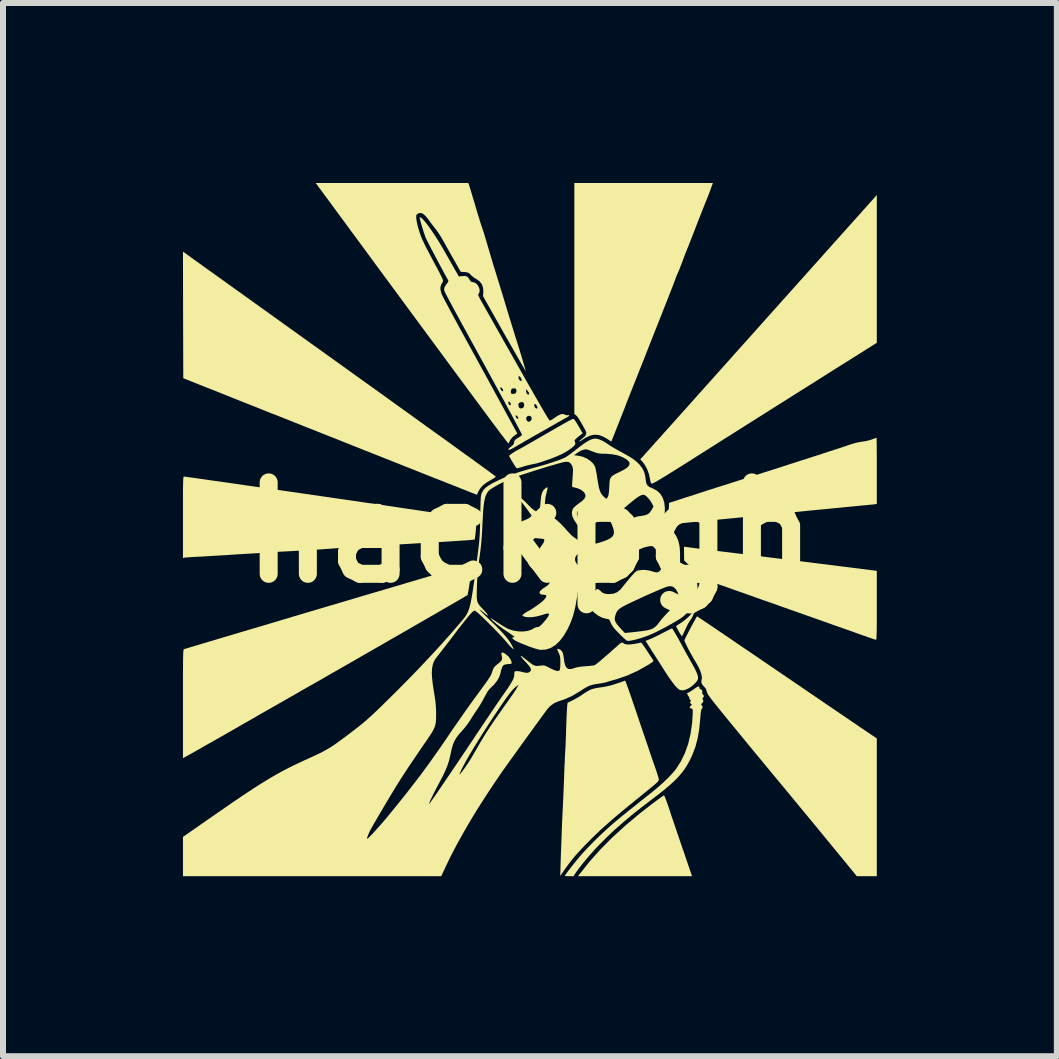
<source format=kicad_pcb>
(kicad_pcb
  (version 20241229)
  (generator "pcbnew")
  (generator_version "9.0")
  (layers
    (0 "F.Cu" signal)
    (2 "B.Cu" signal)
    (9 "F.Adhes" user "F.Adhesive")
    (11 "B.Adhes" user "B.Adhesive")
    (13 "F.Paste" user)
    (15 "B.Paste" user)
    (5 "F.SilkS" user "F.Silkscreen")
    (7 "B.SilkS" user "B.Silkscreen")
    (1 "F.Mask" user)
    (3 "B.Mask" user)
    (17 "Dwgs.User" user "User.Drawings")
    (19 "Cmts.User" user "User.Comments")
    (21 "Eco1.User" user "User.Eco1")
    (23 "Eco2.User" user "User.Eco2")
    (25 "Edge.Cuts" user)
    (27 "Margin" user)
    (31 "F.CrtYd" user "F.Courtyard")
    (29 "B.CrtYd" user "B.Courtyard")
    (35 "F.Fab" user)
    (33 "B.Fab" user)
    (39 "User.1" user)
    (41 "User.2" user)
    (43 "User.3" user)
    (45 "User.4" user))
  (footprint "hackpgh"
    (layer "F.Cu")
    (at 5.783 5.826)
    (property "Reference" "hackpgh" (at 0 0 0) (layer "F.SilkS") (effects (font (size 1.524 1.524) (thickness 0.3))))
    (attr board_only exclude_from_pos_files exclude_from_bom)
    (fp_poly (pts (xy 2.743 1.306) (xy 2.738 1.333) (xy 2.725 1.37) (xy 2.707 1.41) (xy 2.688 1.444) (xy 2.674 1.462) (xy 2.659 1.483) (xy 2.639 1.518) (xy 2.617 1.56) (xy 2.606 1.584) (xy 2.58 1.639) (xy 2.562 1.679) (xy 2.549 1.704) (xy 2.541 1.719) (xy 2.535 1.725) (xy 2.532 1.727) (xy 2.524 1.718) (xy 2.509 1.695) (xy 2.489 1.662) (xy 2.481 1.647) (xy 2.461 1.611) (xy 2.445 1.582) (xy 2.437 1.565) (xy 2.436 1.563) (xy 2.445 1.556) (xy 2.466 1.541) (xy 2.497 1.521) (xy 2.5 1.52) (xy 2.556 1.481) (xy 2.614 1.434) (xy 2.667 1.384) (xy 2.709 1.337) (xy 2.713 1.33) (xy 2.731 1.309) (xy 2.742 1.302)) (stroke (width 0) (type solid)) (fill yes) (layer "F.SilkS"))
    (fp_poly (pts (xy 2.242 4.392) (xy 2.255 4.42) (xy 2.273 4.467) (xy 2.296 4.531) (xy 2.32 4.602) (xy 2.34 4.663) (xy 2.365 4.74) (xy 2.396 4.829) (xy 2.429 4.928) (xy 2.464 5.031) (xy 2.5 5.136) (xy 2.535 5.238) (xy 2.54 5.254) (xy 2.572 5.345) (xy 2.601 5.431) (xy 2.628 5.51) (xy 2.651 5.578) (xy 2.67 5.634) (xy 2.685 5.676) (xy 2.693 5.701) (xy 2.695 5.707) (xy 2.702 5.73) (xy 0.802 5.73) (xy 0.832 5.691) (xy 0.994 5.487) (xy 1.176 5.283) (xy 1.379 5.079) (xy 1.602 4.876) (xy 1.843 4.675) (xy 2.04 4.522) (xy 2.094 4.482) (xy 2.143 4.446) (xy 2.184 4.416) (xy 2.214 4.395) (xy 2.232 4.384) (xy 2.234 4.383)) (stroke (width 0) (type solid)) (fill yes) (layer "F.SilkS"))
    (fp_poly (pts (xy 2.378 1.608) (xy 2.394 1.633) (xy 2.417 1.672) (xy 2.446 1.722) (xy 2.479 1.78) (xy 2.505 1.828) (xy 2.545 1.901) (xy 2.586 1.977) (xy 2.626 2.05) (xy 2.663 2.115) (xy 2.693 2.169) (xy 2.703 2.186) (xy 2.744 2.261) (xy 2.773 2.321) (xy 2.793 2.369) (xy 2.802 2.407) (xy 2.802 2.437) (xy 2.797 2.457) (xy 2.777 2.487) (xy 2.745 2.523) (xy 2.705 2.558) (xy 2.662 2.589) (xy 2.635 2.604) (xy 2.584 2.625) (xy 2.544 2.632) (xy 2.509 2.627) (xy 2.489 2.619) (xy 2.46 2.597) (xy 2.422 2.557) (xy 2.376 2.497) (xy 2.32 2.42) (xy 2.257 2.324) (xy 2.214 2.256) (xy 2.172 2.19) (xy 2.125 2.116) (xy 2.077 2.041) (xy 2.034 1.975) (xy 2.02 1.952) (xy 1.989 1.904) (xy 1.963 1.862) (xy 1.943 1.83) (xy 1.932 1.811) (xy 1.93 1.807) (xy 1.941 1.802) (xy 1.966 1.793) (xy 1.997 1.78) (xy 2.029 1.767) (xy 2.074 1.745) (xy 2.129 1.719) (xy 2.186 1.69) (xy 2.21 1.677) (xy 2.262 1.651) (xy 2.307 1.628) (xy 2.342 1.611) (xy 2.365 1.601) (xy 2.37 1.599)) (stroke (width 0) (type solid)) (fill yes) (layer "F.SilkS"))
    (fp_poly (pts (xy 0.727 -1.892) (xy 0.736 -1.886) (xy 0.747 -1.873) (xy 0.762 -1.852) (xy 0.783 -1.819) (xy 0.811 -1.773) (xy 0.847 -1.711) (xy 0.86 -1.687) (xy 0.88 -1.654) (xy 0.81 -1.598) (xy 0.774 -1.568) (xy 0.753 -1.547) (xy 0.745 -1.531) (xy 0.746 -1.524) (xy 0.755 -1.496) (xy 0.758 -1.484) (xy 0.754 -1.466) (xy 0.733 -1.44) (xy 0.698 -1.41) (xy 0.652 -1.377) (xy 0.599 -1.343) (xy 0.54 -1.311) (xy 0.524 -1.303) (xy 0.47 -1.279) (xy 0.406 -1.252) (xy 0.336 -1.225) (xy 0.263 -1.2) (xy 0.194 -1.176) (xy 0.131 -1.157) (xy 0.079 -1.144) (xy 0.048 -1.138) (xy 0.013 -1.131) (xy -0.033 -1.12) (xy -0.083 -1.107) (xy -0.103 -1.1) (xy -0.147 -1.087) (xy -0.184 -1.077) (xy -0.208 -1.071) (xy -0.215 -1.07) (xy -0.226 -1.078) (xy -0.244 -1.102) (xy -0.267 -1.136) (xy -0.289 -1.173) (xy -0.349 -1.276) (xy -0.315 -1.305) (xy -0.288 -1.325) (xy -0.251 -1.348) (xy -0.21 -1.372) (xy -0.207 -1.373) (xy -0.171 -1.392) (xy -0.127 -1.416) (xy -0.074 -1.446) (xy -0.01 -1.483) (xy 0.067 -1.527) (xy 0.157 -1.579) (xy 0.262 -1.64) (xy 0.384 -1.71) (xy 0.413 -1.727) (xy 0.483 -1.767) (xy 0.548 -1.804) (xy 0.605 -1.836) (xy 0.653 -1.862) (xy 0.688 -1.88) (xy 0.708 -1.89) (xy 0.71 -1.891) (xy 0.719 -1.892)) (stroke (width 0) (type solid)) (fill yes) (layer "F.SilkS"))
    (fp_poly (pts (xy 5.783 -4.394) (xy 5.783 -3.162) (xy 5.304 -2.86) (xy 5.146 -2.761) (xy 4.975 -2.654) (xy 4.794 -2.539) (xy 4.605 -2.42) (xy 4.409 -2.297) (xy 4.21 -2.171) (xy 4.009 -2.045) (xy 3.809 -1.918) (xy 3.612 -1.794) (xy 3.42 -1.672) (xy 3.235 -1.556) (xy 3.06 -1.445) (xy 2.896 -1.341) (xy 2.747 -1.247) (xy 2.641 -1.179) (xy 2.517 -1.101) (xy 2.405 -1.031) (xy 2.307 -0.97) (xy 2.223 -0.919) (xy 2.154 -0.877) (xy 2.101 -0.846) (xy 2.064 -0.826) (xy 2.043 -0.816) (xy 2.04 -0.816) (xy 2.024 -0.818) (xy 2.015 -0.829) (xy 2.009 -0.853) (xy 2.007 -0.866) (xy 1.986 -0.969) (xy 1.952 -1.061) (xy 1.907 -1.14) (xy 1.878 -1.177) (xy 1.84 -1.219) (xy 1.866 -1.248) (xy 1.871 -1.253) (xy 1.879 -1.261) (xy 1.89 -1.273) (xy 1.905 -1.29) (xy 1.924 -1.312) (xy 1.948 -1.339) (xy 1.978 -1.372) (xy 2.013 -1.411) (xy 2.054 -1.457) (xy 2.101 -1.51) (xy 2.156 -1.57) (xy 2.217 -1.639) (xy 2.286 -1.716) (xy 2.364 -1.803) (xy 2.45 -1.899) (xy 2.545 -2.005) (xy 2.649 -2.121) (xy 2.763 -2.249) (xy 2.887 -2.388) (xy 3.022 -2.538) (xy 3.168 -2.702) (xy 3.325 -2.877) (xy 3.494 -3.067) (xy 3.676 -3.269) (xy 3.87 -3.487) (xy 4.077 -3.718) (xy 4.298 -3.965) (xy 4.383 -4.06) (xy 5.783 -5.625)) (stroke (width 0) (type solid)) (fill yes) (layer "F.SilkS"))
    (fp_poly (pts (xy -5.685 -4.611) (xy -5.665 -4.597) (xy -5.629 -4.57) (xy -5.578 -4.534) (xy -5.512 -4.487) (xy -5.434 -4.43) (xy -5.344 -4.366) (xy -5.242 -4.293) (xy -5.131 -4.214) (xy -5.012 -4.128) (xy -4.884 -4.037) (xy -4.75 -3.941) (xy -4.611 -3.841) (xy -4.466 -3.737) (xy -4.337 -3.645) (xy -4.089 -3.467) (xy -3.845 -3.292) (xy -3.605 -3.12) (xy -3.369 -2.951) (xy -3.139 -2.786) (xy -2.915 -2.625) (xy -2.697 -2.469) (xy -2.486 -2.318) (xy -2.284 -2.172) (xy -2.089 -2.032) (xy -1.904 -1.899) (xy -1.728 -1.772) (xy -1.562 -1.653) (xy -1.406 -1.541) (xy -1.262 -1.437) (xy -1.13 -1.341) (xy -1.01 -1.255) (xy -0.903 -1.178) (xy -0.81 -1.11) (xy -0.731 -1.053) (xy -0.667 -1.006) (xy -0.618 -0.97) (xy -0.586 -0.945) (xy -0.569 -0.933) (xy -0.568 -0.932) (xy -0.573 -0.924) (xy -0.593 -0.909) (xy -0.624 -0.89) (xy -0.642 -0.88) (xy -0.722 -0.833) (xy -0.784 -0.785) (xy -0.829 -0.733) (xy -0.855 -0.69) (xy -0.884 -0.628) (xy -1.403 -0.834) (xy -1.474 -0.862) (xy -1.564 -0.897) (xy -1.67 -0.939) (xy -1.791 -0.987) (xy -1.926 -1.041) (xy -2.074 -1.099) (xy -2.232 -1.162) (xy -2.4 -1.229) (xy -2.577 -1.299) (xy -2.759 -1.371) (xy -2.947 -1.446) (xy -3.138 -1.522) (xy -3.332 -1.599) (xy -3.526 -1.676) (xy -3.72 -1.753) (xy -3.912 -1.829) (xy -4.099 -1.904) (xy -4.282 -1.976) (xy -4.459 -2.046) (xy -4.627 -2.113) (xy -4.786 -2.176) (xy -4.934 -2.235) (xy -5.069 -2.289) (xy -5.191 -2.338) (xy -5.297 -2.38) (xy -5.386 -2.415) (xy -5.778 -2.571) (xy -5.781 -3.627) (xy -5.783 -4.682)) (stroke (width 0) (type solid)) (fill yes) (layer "F.SilkS"))
    (fp_poly (pts (xy 2.675 0.251) (xy 2.699 0.254) (xy 2.743 0.26) (xy 2.805 0.268) (xy 2.883 0.278) (xy 2.977 0.289) (xy 3.085 0.303) (xy 3.205 0.318) (xy 3.336 0.334) (xy 3.476 0.351) (xy 3.624 0.37) (xy 3.779 0.389) (xy 3.938 0.409) (xy 4.014 0.418) (xy 4.18 0.439) (xy 4.343 0.459) (xy 4.504 0.479) (xy 4.658 0.498) (xy 4.806 0.517) (xy 4.946 0.534) (xy 5.075 0.55) (xy 5.192 0.565) (xy 5.295 0.578) (xy 5.383 0.589) (xy 5.453 0.598) (xy 5.505 0.604) (xy 5.516 0.606) (xy 5.783 0.64) (xy 5.783 1.215) (xy 5.783 1.345) (xy 5.783 1.455) (xy 5.782 1.547) (xy 5.782 1.621) (xy 5.78 1.68) (xy 5.779 1.725) (xy 5.777 1.757) (xy 5.775 1.777) (xy 5.772 1.787) (xy 5.77 1.789) (xy 5.756 1.786) (xy 5.726 1.776) (xy 5.683 1.761) (xy 5.63 1.743) (xy 5.577 1.724) (xy 5.545 1.713) (xy 5.496 1.696) (xy 5.43 1.672) (xy 5.348 1.643) (xy 5.254 1.61) (xy 5.147 1.572) (xy 5.03 1.531) (xy 4.904 1.486) (xy 4.771 1.439) (xy 4.632 1.39) (xy 4.489 1.339) (xy 4.343 1.288) (xy 4.196 1.236) (xy 4.05 1.184) (xy 3.907 1.134) (xy 3.766 1.084) (xy 3.632 1.036) (xy 3.504 0.991) (xy 3.384 0.949) (xy 3.275 0.91) (xy 3.177 0.876) (xy 3.092 0.846) (xy 3.022 0.821) (xy 2.968 0.802) (xy 2.932 0.789) (xy 2.923 0.786) (xy 2.879 0.77) (xy 2.85 0.757) (xy 2.829 0.741) (xy 2.81 0.72) (xy 2.794 0.698) (xy 2.77 0.667) (xy 2.735 0.627) (xy 2.695 0.585) (xy 2.663 0.554) (xy 2.571 0.467) (xy 2.569 0.237)) (stroke (width 0) (type solid)) (fill yes) (layer "F.SilkS"))
    (fp_poly (pts (xy 3.017 -5.733) (xy 3.001 -5.689) (xy 2.979 -5.631) (xy 2.954 -5.567) (xy 2.928 -5.504) (xy 2.921 -5.487) (xy 2.9 -5.433) (xy 2.873 -5.365) (xy 2.842 -5.287) (xy 2.809 -5.203) (xy 2.776 -5.118) (xy 2.753 -5.058) (xy 2.724 -4.982) (xy 2.696 -4.911) (xy 2.67 -4.846) (xy 2.649 -4.791) (xy 2.632 -4.749) (xy 2.622 -4.724) (xy 2.609 -4.692) (xy 2.59 -4.646) (xy 2.57 -4.592) (xy 2.548 -4.534) (xy 2.543 -4.521) (xy 2.523 -4.466) (xy 2.503 -4.415) (xy 2.487 -4.374) (xy 2.475 -4.347) (xy 2.473 -4.342) (xy 2.459 -4.311) (xy 2.443 -4.273) (xy 2.436 -4.254) (xy 2.428 -4.231) (xy 2.415 -4.197) (xy 2.398 -4.152) (xy 2.376 -4.094) (xy 2.348 -4.024) (xy 2.315 -3.939) (xy 2.276 -3.839) (xy 2.23 -3.724) (xy 2.178 -3.591) (xy 2.119 -3.442) (xy 2.052 -3.274) (xy 2.012 -3.172) (xy 1.962 -3.046) (xy 1.908 -2.908) (xy 1.851 -2.764) (xy 1.793 -2.618) (xy 1.736 -2.474) (xy 1.681 -2.336) (xy 1.631 -2.209) (xy 1.587 -2.097) (xy 1.586 -2.092) (xy 1.547 -1.993) (xy 1.51 -1.9) (xy 1.476 -1.813) (xy 1.445 -1.735) (xy 1.419 -1.669) (xy 1.398 -1.615) (xy 1.383 -1.577) (xy 1.374 -1.557) (xy 1.374 -1.555) (xy 1.357 -1.515) (xy 1.296 -1.556) (xy 1.218 -1.6) (xy 1.145 -1.625) (xy 1.075 -1.63) (xy 1.005 -1.615) (xy 0.933 -1.582) (xy 0.898 -1.559) (xy 0.862 -1.536) (xy 0.841 -1.522) (xy 0.83 -1.518) (xy 0.826 -1.52) (xy 0.826 -1.522) (xy 0.834 -1.533) (xy 0.855 -1.551) (xy 0.879 -1.571) (xy 0.918 -1.605) (xy 0.938 -1.637) (xy 0.939 -1.67) (xy 0.925 -1.705) (xy 0.91 -1.731) (xy 0.889 -1.769) (xy 0.864 -1.813) (xy 0.854 -1.832) (xy 0.828 -1.875) (xy 0.803 -1.914) (xy 0.781 -1.942) (xy 0.773 -1.95) (xy 0.741 -1.977) (xy 0.741 -5.826) (xy 3.05 -5.826)) (stroke (width 0) (type solid)) (fill yes) (layer "F.SilkS"))
    (fp_poly (pts (xy 5.779 -1.568) (xy 5.78 -1.538) (xy 5.781 -1.492) (xy 5.782 -1.43) (xy 5.782 -1.354) (xy 5.783 -1.268) (xy 5.783 -1.172) (xy 5.783 -1.068) (xy 5.783 -1.028) (xy 5.783 -0.477) (xy 5.759 -0.472) (xy 5.74 -0.469) (xy 5.704 -0.465) (xy 5.658 -0.461) (xy 5.609 -0.456) (xy 5.58 -0.453) (xy 5.531 -0.449) (xy 5.465 -0.442) (xy 5.383 -0.434) (xy 5.287 -0.425) (xy 5.178 -0.414) (xy 5.058 -0.403) (xy 4.929 -0.39) (xy 4.792 -0.377) (xy 4.649 -0.363) (xy 4.502 -0.348) (xy 4.465 -0.344) (xy 4.306 -0.329) (xy 4.144 -0.313) (xy 3.98 -0.297) (xy 3.818 -0.281) (xy 3.66 -0.265) (xy 3.508 -0.25) (xy 3.365 -0.236) (xy 3.233 -0.223) (xy 3.116 -0.212) (xy 3.015 -0.202) (xy 2.95 -0.196) (xy 2.848 -0.186) (xy 2.752 -0.176) (xy 2.663 -0.168) (xy 2.584 -0.16) (xy 2.518 -0.153) (xy 2.466 -0.148) (xy 2.431 -0.145) (xy 2.415 -0.143) (xy 2.385 -0.142) (xy 2.363 -0.144) (xy 2.362 -0.145) (xy 2.342 -0.154) (xy 2.328 -0.165) (xy 2.319 -0.181) (xy 2.314 -0.206) (xy 2.312 -0.244) (xy 2.313 -0.297) (xy 2.314 -0.338) (xy 2.32 -0.493) (xy 2.508 -0.554) (xy 2.546 -0.567) (xy 2.602 -0.585) (xy 2.675 -0.608) (xy 2.762 -0.636) (xy 2.863 -0.669) (xy 2.975 -0.705) (xy 3.097 -0.744) (xy 3.226 -0.785) (xy 3.362 -0.828) (xy 3.502 -0.873) (xy 3.644 -0.918) (xy 3.654 -0.921) (xy 3.905 -1.001) (xy 4.136 -1.075) (xy 4.347 -1.143) (xy 4.539 -1.205) (xy 4.712 -1.26) (xy 4.867 -1.31) (xy 5.003 -1.355) (xy 5.121 -1.393) (xy 5.222 -1.426) (xy 5.305 -1.454) (xy 5.345 -1.468) (xy 5.405 -1.486) (xy 5.47 -1.502) (xy 5.528 -1.512) (xy 5.541 -1.514) (xy 5.594 -1.522) (xy 5.651 -1.535) (xy 5.699 -1.55) (xy 5.701 -1.551) (xy 5.737 -1.564) (xy 5.764 -1.574) (xy 5.778 -1.578) (xy 5.778 -1.578)) (stroke (width 0) (type solid)) (fill yes) (layer "F.SilkS"))
    (fp_poly (pts (xy 2.796 1.404) (xy 2.822 1.421) (xy 2.864 1.449) (xy 2.919 1.486) (xy 2.989 1.533) (xy 3.071 1.589) (xy 3.164 1.652) (xy 3.268 1.722) (xy 3.381 1.799) (xy 3.502 1.882) (xy 3.631 1.969) (xy 3.767 2.061) (xy 3.907 2.157) (xy 3.995 2.217) (xy 4.144 2.319) (xy 4.293 2.42) (xy 4.44 2.52) (xy 4.582 2.617) (xy 4.72 2.711) (xy 4.852 2.801) (xy 4.975 2.885) (xy 5.09 2.963) (xy 5.194 3.034) (xy 5.287 3.097) (xy 5.366 3.151) (xy 5.431 3.195) (xy 5.48 3.228) (xy 5.489 3.235) (xy 5.783 3.434) (xy 5.783 5.73) (xy 5.449 5.73) (xy 5.365 5.627) (xy 5.304 5.552) (xy 5.231 5.463) (xy 5.148 5.362) (xy 5.057 5.251) (xy 4.96 5.133) (xy 4.858 5.009) (xy 4.754 4.882) (xy 4.648 4.754) (xy 4.543 4.627) (xy 4.441 4.503) (xy 4.343 4.384) (xy 4.252 4.274) (xy 4.168 4.173) (xy 4.094 4.084) (xy 4.09 4.078) (xy 4.006 3.978) (xy 3.913 3.865) (xy 3.813 3.744) (xy 3.709 3.618) (xy 3.605 3.492) (xy 3.504 3.369) (xy 3.41 3.254) (xy 3.34 3.169) (xy 3.258 3.069) (xy 3.188 2.983) (xy 3.13 2.911) (xy 3.082 2.851) (xy 3.043 2.802) (xy 3.013 2.762) (xy 2.99 2.731) (xy 2.973 2.707) (xy 2.962 2.687) (xy 2.955 2.673) (xy 2.951 2.66) (xy 2.949 2.654) (xy 2.934 2.606) (xy 2.911 2.578) (xy 2.874 2.536) (xy 2.857 2.5) (xy 2.86 2.467) (xy 2.861 2.464) (xy 2.868 2.426) (xy 2.861 2.375) (xy 2.842 2.312) (xy 2.81 2.241) (xy 2.767 2.164) (xy 2.752 2.14) (xy 2.728 2.1) (xy 2.701 2.052) (xy 2.672 2) (xy 2.644 1.948) (xy 2.619 1.898) (xy 2.598 1.854) (xy 2.583 1.82) (xy 2.576 1.8) (xy 2.576 1.797) (xy 2.582 1.782) (xy 2.596 1.752) (xy 2.616 1.712) (xy 2.641 1.664) (xy 2.668 1.612) (xy 2.696 1.559) (xy 2.723 1.508) (xy 2.748 1.464) (xy 2.768 1.428) (xy 2.781 1.405) (xy 2.787 1.398)) (stroke (width 0) (type solid)) (fill yes) (layer "F.SilkS"))
    (fp_poly (pts (xy 1.598 2.492) (xy 1.62 2.551) (xy 1.644 2.617) (xy 1.67 2.692) (xy 1.701 2.78) (xy 1.736 2.884) (xy 1.748 2.918) (xy 1.799 3.07) (xy 1.844 3.203) (xy 1.884 3.32) (xy 1.918 3.42) (xy 1.947 3.506) (xy 1.972 3.579) (xy 1.993 3.641) (xy 2.01 3.693) (xy 2.025 3.736) (xy 2.037 3.772) (xy 2.048 3.803) (xy 2.057 3.829) (xy 2.065 3.852) (xy 2.073 3.874) (xy 2.08 3.896) (xy 2.089 3.92) (xy 2.098 3.947) (xy 2.107 3.972) (xy 2.123 4.022) (xy 2.137 4.067) (xy 2.146 4.102) (xy 2.15 4.121) (xy 2.148 4.131) (xy 2.14 4.144) (xy 2.126 4.16) (xy 2.102 4.183) (xy 2.068 4.213) (xy 2.022 4.251) (xy 1.962 4.3) (xy 1.915 4.338) (xy 1.782 4.446) (xy 1.664 4.542) (xy 1.559 4.628) (xy 1.466 4.706) (xy 1.383 4.776) (xy 1.308 4.842) (xy 1.239 4.903) (xy 1.174 4.962) (xy 1.113 5.02) (xy 1.052 5.079) (xy 1.016 5.115) (xy 0.923 5.209) (xy 0.844 5.292) (xy 0.775 5.368) (xy 0.714 5.44) (xy 0.658 5.511) (xy 0.604 5.584) (xy 0.572 5.63) (xy 0.506 5.725) (xy 0.512 5.524) (xy 0.516 5.397) (xy 0.521 5.262) (xy 0.526 5.124) (xy 0.531 4.985) (xy 0.536 4.852) (xy 0.542 4.727) (xy 0.547 4.617) (xy 0.551 4.544) (xy 0.554 4.473) (xy 0.558 4.387) (xy 0.562 4.291) (xy 0.566 4.193) (xy 0.57 4.099) (xy 0.571 4.052) (xy 0.574 3.97) (xy 0.577 3.892) (xy 0.581 3.819) (xy 0.583 3.756) (xy 0.586 3.708) (xy 0.587 3.681) (xy 0.589 3.648) (xy 0.592 3.598) (xy 0.595 3.534) (xy 0.598 3.459) (xy 0.601 3.378) (xy 0.604 3.293) (xy 0.604 3.278) (xy 0.607 3.195) (xy 0.61 3.116) (xy 0.613 3.043) (xy 0.616 2.982) (xy 0.619 2.934) (xy 0.621 2.904) (xy 0.621 2.899) (xy 0.628 2.838) (xy 0.703 2.803) (xy 0.747 2.78) (xy 0.799 2.751) (xy 0.85 2.719) (xy 0.866 2.708) (xy 0.921 2.671) (xy 0.965 2.644) (xy 1.002 2.624) (xy 1.04 2.61) (xy 1.082 2.599) (xy 1.134 2.589) (xy 1.202 2.579) (xy 1.207 2.579) (xy 1.331 2.554) (xy 1.458 2.515) (xy 1.59 2.469)) (stroke (width 0) (type solid)) (fill yes) (layer "F.SilkS"))
    (fp_poly (pts (xy -0.964 0.529) (xy -0.966 0.554) (xy -0.97 0.594) (xy -0.976 0.646) (xy -0.984 0.705) (xy -0.993 0.769) (xy -1.003 0.833) (xy -1.012 0.895) (xy -1.021 0.951) (xy -1.029 0.996) (xy -1.036 1.028) (xy -1.04 1.044) (xy -1.04 1.044) (xy -1.051 1.051) (xy -1.079 1.067) (xy -1.122 1.093) (xy -1.181 1.127) (xy -1.253 1.169) (xy -1.338 1.218) (xy -1.434 1.273) (xy -1.54 1.335) (xy -1.655 1.401) (xy -1.777 1.472) (xy -1.907 1.546) (xy -2.041 1.624) (xy -2.18 1.704) (xy -2.322 1.785) (xy -2.465 1.868) (xy -2.61 1.951) (xy -2.753 2.033) (xy -2.895 2.115) (xy -3.034 2.195) (xy -3.169 2.272) (xy -3.299 2.346) (xy -3.422 2.417) (xy -3.537 2.483) (xy -3.644 2.544) (xy -3.66 2.552) (xy -3.721 2.587) (xy -3.798 2.631) (xy -3.889 2.684) (xy -3.993 2.743) (xy -4.106 2.808) (xy -4.227 2.877) (xy -4.354 2.949) (xy -4.484 3.023) (xy -4.615 3.099) (xy -4.745 3.173) (xy -4.793 3.2) (xy -4.915 3.271) (xy -5.034 3.339) (xy -5.148 3.404) (xy -5.255 3.465) (xy -5.355 3.521) (xy -5.444 3.572) (xy -5.522 3.617) (xy -5.588 3.654) (xy -5.64 3.683) (xy -5.675 3.703) (xy -5.691 3.712) (xy -5.783 3.762) (xy -5.783 2.856) (xy -5.783 2.697) (xy -5.783 2.557) (xy -5.783 2.436) (xy -5.783 2.331) (xy -5.782 2.243) (xy -5.782 2.17) (xy -5.781 2.109) (xy -5.78 2.061) (xy -5.779 2.023) (xy -5.777 1.995) (xy -5.776 1.974) (xy -5.774 1.96) (xy -5.771 1.952) (xy -5.768 1.947) (xy -5.765 1.945) (xy -5.765 1.945) (xy -5.732 1.935) (xy -5.681 1.92) (xy -5.613 1.899) (xy -5.528 1.874) (xy -5.429 1.844) (xy -5.317 1.811) (xy -5.193 1.774) (xy -5.06 1.734) (xy -4.918 1.692) (xy -4.768 1.647) (xy -4.613 1.601) (xy -4.454 1.554) (xy -4.292 1.506) (xy -4.128 1.457) (xy -3.965 1.408) (xy -3.804 1.36) (xy -3.645 1.313) (xy -3.491 1.267) (xy -3.343 1.223) (xy -3.202 1.182) (xy -3.071 1.143) (xy -2.95 1.107) (xy -2.84 1.074) (xy -2.744 1.046) (xy -2.669 1.024) (xy -2.436 0.955) (xy -2.223 0.892) (xy -2.028 0.834) (xy -1.852 0.782) (xy -1.695 0.736) (xy -1.554 0.695) (xy -1.43 0.659) (xy -1.322 0.627) (xy -1.229 0.6) (xy -1.152 0.578) (xy -1.089 0.56) (xy -1.039 0.547) (xy -1.002 0.537) (xy -0.978 0.531) (xy -0.966 0.528)) (stroke (width 0) (type solid)) (fill yes) (layer "F.SilkS"))
    (fp_poly (pts (xy -5.752 -0.931) (xy -5.72 -0.926) (xy -5.669 -0.919) (xy -5.602 -0.91) (xy -5.518 -0.898) (xy -5.42 -0.884) (xy -5.309 -0.868) (xy -5.186 -0.851) (xy -5.052 -0.832) (xy -4.909 -0.811) (xy -4.758 -0.789) (xy -4.6 -0.767) (xy -4.437 -0.743) (xy -4.27 -0.719) (xy -4.1 -0.695) (xy -3.928 -0.67) (xy -3.756 -0.645) (xy -3.585 -0.621) (xy -3.417 -0.596) (xy -3.252 -0.572) (xy -3.092 -0.549) (xy -2.938 -0.527) (xy -2.792 -0.505) (xy -2.655 -0.485) (xy -2.527 -0.467) (xy -2.516 -0.465) (xy -2.353 -0.441) (xy -2.193 -0.418) (xy -2.036 -0.394) (xy -1.883 -0.372) (xy -1.736 -0.35) (xy -1.597 -0.329) (xy -1.466 -0.309) (xy -1.345 -0.291) (xy -1.236 -0.274) (xy -1.139 -0.259) (xy -1.056 -0.246) (xy -0.989 -0.235) (xy -0.938 -0.227) (xy -0.906 -0.221) (xy -0.893 -0.219) (xy -0.893 -0.218) (xy -0.891 -0.206) (xy -0.892 -0.177) (xy -0.894 -0.136) (xy -0.897 -0.087) (xy -0.901 -0.035) (xy -0.906 0.015) (xy -0.911 0.06) (xy -0.916 0.094) (xy -0.92 0.114) (xy -0.922 0.117) (xy -0.934 0.119) (xy -0.963 0.122) (xy -1.009 0.127) (xy -1.074 0.132) (xy -1.156 0.137) (xy -1.258 0.144) (xy -1.378 0.152) (xy -1.518 0.16) (xy -1.678 0.17) (xy -1.858 0.18) (xy -2.058 0.192) (xy -2.129 0.196) (xy -2.289 0.205) (xy -2.43 0.213) (xy -2.555 0.22) (xy -2.665 0.227) (xy -2.763 0.232) (xy -2.852 0.238) (xy -2.933 0.243) (xy -3.009 0.248) (xy -3.082 0.253) (xy -3.154 0.258) (xy -3.229 0.263) (xy -3.307 0.269) (xy -3.391 0.275) (xy -3.4 0.275) (xy -3.488 0.282) (xy -3.591 0.288) (xy -3.703 0.295) (xy -3.817 0.302) (xy -3.926 0.308) (xy -4.014 0.313) (xy -4.098 0.317) (xy -4.176 0.321) (xy -4.245 0.325) (xy -4.303 0.328) (xy -4.347 0.331) (xy -4.374 0.333) (xy -4.38 0.334) (xy -4.4 0.336) (xy -4.438 0.339) (xy -4.489 0.342) (xy -4.549 0.346) (xy -4.613 0.349) (xy -4.691 0.354) (xy -4.782 0.359) (xy -4.878 0.365) (xy -4.972 0.371) (xy -5.042 0.376) (xy -5.129 0.381) (xy -5.228 0.387) (xy -5.332 0.393) (xy -5.431 0.399) (xy -5.503 0.403) (xy -5.572 0.406) (xy -5.636 0.41) (xy -5.689 0.414) (xy -5.73 0.417) (xy -5.755 0.419) (xy -5.759 0.42) (xy -5.783 0.426) (xy -5.783 -0.253) (xy -5.783 -0.39) (xy -5.783 -0.507) (xy -5.783 -0.606) (xy -5.783 -0.688) (xy -5.782 -0.756) (xy -5.781 -0.809) (xy -5.78 -0.851) (xy -5.779 -0.882) (xy -5.777 -0.904) (xy -5.775 -0.919) (xy -5.772 -0.927) (xy -5.769 -0.931) (xy -5.765 -0.932) (xy -5.765 -0.932)) (stroke (width 0) (type solid)) (fill yes) (layer "F.SilkS"))
    (fp_poly (pts (xy 2.826 2.576) (xy 2.825 2.586) (xy 2.83 2.606) (xy 2.849 2.616) (xy 2.867 2.624) (xy 2.873 2.639) (xy 2.873 2.661) (xy 2.875 2.691) (xy 2.886 2.705) (xy 2.901 2.719) (xy 2.898 2.739) (xy 2.886 2.754) (xy 2.876 2.77) (xy 2.881 2.779) (xy 2.891 2.802) (xy 2.886 2.829) (xy 2.869 2.847) (xy 2.854 2.859) (xy 2.857 2.871) (xy 2.864 2.88) (xy 2.88 2.907) (xy 2.874 2.93) (xy 2.866 2.938) (xy 2.859 2.95) (xy 2.853 2.975) (xy 2.847 3.016) (xy 2.842 3.074) (xy 2.839 3.11) (xy 2.823 3.277) (xy 2.797 3.428) (xy 2.761 3.567) (xy 2.713 3.696) (xy 2.669 3.792) (xy 2.628 3.867) (xy 2.584 3.937) (xy 2.535 4.003) (xy 2.479 4.069) (xy 2.414 4.136) (xy 2.338 4.206) (xy 2.25 4.281) (xy 2.147 4.363) (xy 2.052 4.435) (xy 1.867 4.577) (xy 1.698 4.711) (xy 1.544 4.841) (xy 1.401 4.967) (xy 1.269 5.093) (xy 1.16 5.202) (xy 1.089 5.276) (xy 1.017 5.357) (xy 0.946 5.439) (xy 0.88 5.519) (xy 0.821 5.594) (xy 0.774 5.658) (xy 0.763 5.675) (xy 0.726 5.73) (xy 0.654 5.73) (xy 0.618 5.729) (xy 0.593 5.727) (xy 0.583 5.724) (xy 0.583 5.724) (xy 0.589 5.712) (xy 0.606 5.687) (xy 0.633 5.651) (xy 0.666 5.607) (xy 0.704 5.558) (xy 0.744 5.508) (xy 0.784 5.459) (xy 0.821 5.414) (xy 0.831 5.402) (xy 0.871 5.356) (xy 0.922 5.301) (xy 0.978 5.241) (xy 1.035 5.183) (xy 1.069 5.148) (xy 1.123 5.095) (xy 1.175 5.045) (xy 1.227 4.996) (xy 1.28 4.947) (xy 1.337 4.896) (xy 1.398 4.843) (xy 1.466 4.786) (xy 1.542 4.723) (xy 1.627 4.654) (xy 1.724 4.577) (xy 1.833 4.49) (xy 1.956 4.392) (xy 2.041 4.325) (xy 2.135 4.247) (xy 2.225 4.167) (xy 2.307 4.088) (xy 2.377 4.014) (xy 2.433 3.947) (xy 2.434 3.945) (xy 2.515 3.82) (xy 2.583 3.68) (xy 2.638 3.526) (xy 2.678 3.358) (xy 2.704 3.18) (xy 2.714 3.035) (xy 2.715 2.99) (xy 2.714 2.961) (xy 2.711 2.945) (xy 2.704 2.938) (xy 2.696 2.936) (xy 2.669 2.926) (xy 2.662 2.912) (xy 2.677 2.894) (xy 2.68 2.892) (xy 2.697 2.877) (xy 2.699 2.868) (xy 2.686 2.856) (xy 2.685 2.856) (xy 2.671 2.841) (xy 2.674 2.825) (xy 2.677 2.819) (xy 2.684 2.802) (xy 2.676 2.793) (xy 2.674 2.792) (xy 2.662 2.778) (xy 2.659 2.761) (xy 2.652 2.738) (xy 2.642 2.729) (xy 2.63 2.715) (xy 2.631 2.706) (xy 2.629 2.693) (xy 2.619 2.69) (xy 2.613 2.686) (xy 2.627 2.678) (xy 2.632 2.675) (xy 2.656 2.662) (xy 2.691 2.641) (xy 2.728 2.615) (xy 2.732 2.612) (xy 2.775 2.583) (xy 2.803 2.568) (xy 2.819 2.566)) (stroke (width 0) (type solid)) (fill yes) (layer "F.SilkS"))
    (fp_poly (pts (xy -1.016 -5.797) (xy -1.009 -5.775) (xy -0.997 -5.739) (xy -0.983 -5.692) (xy -0.968 -5.64) (xy -0.934 -5.528) (xy -0.903 -5.423) (xy -0.875 -5.328) (xy -0.849 -5.245) (xy -0.828 -5.175) (xy -0.81 -5.12) (xy -0.798 -5.084) (xy -0.794 -5.073) (xy -0.786 -5.049) (xy -0.773 -5.009) (xy -0.756 -4.955) (xy -0.737 -4.891) (xy -0.716 -4.822) (xy -0.706 -4.786) (xy -0.68 -4.699) (xy -0.651 -4.601) (xy -0.621 -4.5) (xy -0.592 -4.404) (xy -0.566 -4.321) (xy -0.566 -4.32) (xy -0.543 -4.247) (xy -0.516 -4.16) (xy -0.487 -4.064) (xy -0.456 -3.964) (xy -0.426 -3.865) (xy -0.401 -3.781) (xy -0.374 -3.691) (xy -0.345 -3.597) (xy -0.316 -3.502) (xy -0.288 -3.413) (xy -0.264 -3.335) (xy -0.245 -3.273) (xy -0.221 -3.197) (xy -0.196 -3.118) (xy -0.171 -3.038) (xy -0.148 -2.961) (xy -0.126 -2.889) (xy -0.107 -2.824) (xy -0.091 -2.769) (xy -0.079 -2.727) (xy -0.071 -2.7) (xy -0.07 -2.69) (xy -0.076 -2.699) (xy -0.091 -2.725) (xy -0.114 -2.766) (xy -0.146 -2.819) (xy -0.183 -2.885) (xy -0.226 -2.96) (xy -0.274 -3.043) (xy -0.324 -3.132) (xy -0.378 -3.226) (xy -0.433 -3.322) (xy -0.488 -3.42) (xy -0.543 -3.517) (xy -0.596 -3.611) (xy -0.628 -3.668) (xy -0.782 -3.941) (xy -0.776 -4.004) (xy -0.779 -4.074) (xy -0.8 -4.136) (xy -0.839 -4.187) (xy -0.894 -4.226) (xy -0.897 -4.227) (xy -0.933 -4.249) (xy -0.97 -4.279) (xy -0.984 -4.293) (xy -1.009 -4.318) (xy -1.031 -4.331) (xy -1.058 -4.338) (xy -1.089 -4.341) (xy -1.153 -4.345) (xy -1.274 -4.559) (xy -1.313 -4.627) (xy -1.352 -4.697) (xy -1.389 -4.763) (xy -1.421 -4.82) (xy -1.446 -4.866) (xy -1.452 -4.876) (xy -1.484 -4.931) (xy -1.523 -4.99) (xy -1.561 -5.045) (xy -1.578 -5.066) (xy -1.614 -5.113) (xy -1.653 -5.163) (xy -1.686 -5.209) (xy -1.698 -5.225) (xy -1.741 -5.278) (xy -1.781 -5.312) (xy -1.818 -5.326) (xy -1.854 -5.322) (xy -1.874 -5.31) (xy -1.887 -5.299) (xy -1.894 -5.285) (xy -1.895 -5.263) (xy -1.893 -5.226) (xy -1.893 -5.223) (xy -1.887 -5.185) (xy -1.876 -5.134) (xy -1.861 -5.075) (xy -1.843 -5.016) (xy -1.843 -5.015) (xy -1.829 -4.974) (xy -1.814 -4.933) (xy -1.796 -4.89) (xy -1.774 -4.842) (xy -1.747 -4.786) (xy -1.714 -4.721) (xy -1.672 -4.642) (xy -1.622 -4.547) (xy -1.618 -4.54) (xy -1.571 -4.451) (xy -1.532 -4.378) (xy -1.503 -4.321) (xy -1.48 -4.276) (xy -1.464 -4.243) (xy -1.454 -4.219) (xy -1.449 -4.202) (xy -1.448 -4.19) (xy -1.45 -4.182) (xy -1.452 -4.18) (xy -1.479 -4.131) (xy -1.492 -4.089) (xy -1.491 -4.047) (xy -1.478 -3.997) (xy -1.471 -3.975) (xy -1.462 -3.956) (xy -1.444 -3.919) (xy -1.417 -3.868) (xy -1.383 -3.803) (xy -1.342 -3.726) (xy -1.295 -3.638) (xy -1.243 -3.543) (xy -1.188 -3.44) (xy -1.129 -3.332) (xy -1.088 -3.257) (xy -1.019 -3.131) (xy -0.945 -2.997) (xy -0.87 -2.859) (xy -0.793 -2.719) (xy -0.718 -2.582) (xy -0.646 -2.45) (xy -0.579 -2.327) (xy -0.518 -2.215) (xy -0.468 -2.124) (xy -0.209 -1.648) (xy -0.234 -1.632) (xy -0.286 -1.592) (xy -0.321 -1.552) (xy -0.336 -1.524) (xy -0.347 -1.499) (xy -0.357 -1.485) (xy -0.359 -1.484) (xy -0.366 -1.492) (xy -0.385 -1.516) (xy -0.414 -1.553) (xy -0.451 -1.602) (xy -0.497 -1.662) (xy -0.548 -1.731) (xy -0.605 -1.806) (xy -0.662 -1.883) (xy -0.831 -2.111) (xy -1.011 -2.354) (xy -1.202 -2.612) (xy -1.402 -2.883) (xy -1.61 -3.165) (xy -1.825 -3.456) (xy -2.047 -3.757) (xy -2.273 -4.064) (xy -2.504 -4.377) (xy -2.701 -4.645) (xy -2.798 -4.777) (xy -2.893 -4.906) (xy -2.985 -5.03) (xy -3.071 -5.148) (xy -3.153 -5.259) (xy -3.229 -5.362) (xy -3.297 -5.455) (xy -3.358 -5.538) (xy -3.41 -5.608) (xy -3.453 -5.666) (xy -3.485 -5.71) (xy -3.506 -5.739) (xy -3.514 -5.749) (xy -3.57 -5.826) (xy -1.027 -5.826)) (stroke (width 0) (type solid)) (fill yes) (layer "F.SilkS"))
    (fp_poly (pts (xy -1.8 -5.236) (xy -1.769 -5.204) (xy -1.73 -5.158) (xy -1.686 -5.1) (xy -1.638 -5.032) (xy -1.586 -4.955) (xy -1.532 -4.87) (xy -1.477 -4.78) (xy -1.422 -4.685) (xy -1.42 -4.682) (xy -1.383 -4.616) (xy -1.343 -4.546) (xy -1.305 -4.478) (xy -1.271 -4.419) (xy -1.253 -4.387) (xy -1.184 -4.267) (xy -1.128 -4.274) (xy -1.081 -4.276) (xy -1.047 -4.266) (xy -1.022 -4.242) (xy -1.009 -4.218) (xy -0.991 -4.191) (xy -0.972 -4.176) (xy -0.969 -4.176) (xy -0.929 -4.168) (xy -0.902 -4.155) (xy -0.88 -4.134) (xy -0.868 -4.119) (xy -0.845 -4.075) (xy -0.837 -4.032) (xy -0.844 -3.996) (xy -0.854 -3.981) (xy -0.86 -3.973) (xy -0.861 -3.962) (xy -0.857 -3.946) (xy -0.846 -3.922) (xy -0.827 -3.886) (xy -0.799 -3.836) (xy -0.794 -3.827) (xy -0.774 -3.792) (xy -0.745 -3.74) (xy -0.708 -3.675) (xy -0.664 -3.598) (xy -0.616 -3.512) (xy -0.563 -3.418) (xy -0.507 -3.32) (xy -0.45 -3.218) (xy -0.421 -3.167) (xy -0.314 -2.978) (xy -0.217 -2.807) (xy -0.13 -2.653) (xy -0.052 -2.515) (xy 0.018 -2.393) (xy 0.079 -2.286) (xy 0.133 -2.192) (xy 0.179 -2.112) (xy 0.218 -2.045) (xy 0.251 -1.989) (xy 0.277 -1.945) (xy 0.298 -1.911) (xy 0.314 -1.887) (xy 0.324 -1.872) (xy 0.331 -1.865) (xy 0.332 -1.864) (xy 0.347 -1.87) (xy 0.373 -1.885) (xy 0.406 -1.907) (xy 0.413 -1.912) (xy 0.466 -1.947) (xy 0.508 -1.968) (xy 0.541 -1.976) (xy 0.567 -1.971) (xy 0.578 -1.966) (xy 0.611 -1.954) (xy 0.63 -1.955) (xy 0.651 -1.957) (xy 0.656 -1.949) (xy 0.645 -1.936) (xy 0.622 -1.921) (xy 0.603 -1.911) (xy 0.568 -1.892) (xy 0.52 -1.864) (xy 0.46 -1.831) (xy 0.392 -1.792) (xy 0.317 -1.749) (xy 0.238 -1.704) (xy 0.157 -1.658) (xy 0.077 -1.613) (xy 0.001 -1.569) (xy -0.071 -1.528) (xy -0.134 -1.491) (xy -0.187 -1.461) (xy -0.227 -1.437) (xy -0.251 -1.423) (xy -0.301 -1.395) (xy -0.335 -1.38) (xy -0.355 -1.378) (xy -0.36 -1.388) (xy -0.352 -1.399) (xy -0.332 -1.418) (xy -0.312 -1.432) (xy -0.279 -1.461) (xy -0.265 -1.485) (xy -0.265 -1.489) (xy -0.262 -1.517) (xy -0.25 -1.539) (xy -0.226 -1.56) (xy -0.194 -1.579) (xy -0.163 -1.599) (xy -0.14 -1.616) (xy -0.131 -1.626) (xy -0.135 -1.636) (xy -0.149 -1.665) (xy -0.172 -1.709) (xy -0.203 -1.768) (xy -0.241 -1.84) (xy -0.27 -1.894) (xy -0.063 -1.894) (xy -0.052 -1.866) (xy -0.047 -1.86) (xy -0.023 -1.845) (xy 0.000069 -1.85) (xy 0.015 -1.863) (xy 0.03 -1.891) (xy 0.028 -1.918) (xy 0.013 -1.938) (xy -0.011 -1.946) (xy -0.036 -1.941) (xy -0.058 -1.921) (xy -0.063 -1.894) (xy -0.27 -1.894) (xy -0.286 -1.925) (xy -0.291 -1.935) (xy -0.237 -1.935) (xy -0.228 -1.913) (xy -0.213 -1.898) (xy -0.207 -1.896) (xy -0.193 -1.901) (xy -0.191 -1.905) (xy -0.196 -1.921) (xy -0.21 -1.938) (xy -0.224 -1.951) (xy -0.235 -1.954) (xy -0.235 -1.953) (xy -0.237 -1.935) (xy -0.291 -1.935) (xy -0.338 -2.021) (xy -0.395 -2.126) (xy -0.42 -2.174) (xy -0.359 -2.174) (xy -0.359 -2.156) (xy -0.352 -2.136) (xy -0.347 -2.131) (xy -0.329 -2.119) (xy -0.319 -2.126) (xy -0.318 -2.137) (xy -0.319 -2.141) (xy -0.192 -2.141) (xy -0.189 -2.1) (xy -0.174 -2.075) (xy -0.149 -2.066) (xy -0.116 -2.076) (xy -0.101 -2.095) (xy -0.095 -2.123) (xy -0.096 -2.13) (xy 0.072 -2.13) (xy 0.074 -2.111) (xy 0.081 -2.089) (xy 0.087 -2.079) (xy 0.103 -2.068) (xy 0.119 -2.066) (xy 0.127 -2.075) (xy 0.127 -2.076) (xy 0.123 -2.095) (xy 0.112 -2.117) (xy 0.1 -2.135) (xy 0.094 -2.14) (xy 0.077 -2.139) (xy 0.072 -2.13) (xy -0.096 -2.13) (xy -0.099 -2.15) (xy -0.112 -2.169) (xy -0.113 -2.17) (xy -0.136 -2.174) (xy -0.163 -2.168) (xy -0.184 -2.155) (xy -0.192 -2.141) (xy -0.319 -2.141) (xy -0.325 -2.16) (xy -0.34 -2.178) (xy -0.352 -2.182) (xy -0.359 -2.174) (xy -0.42 -2.174) (xy -0.456 -2.24) (xy -0.515 -2.348) (xy -0.318 -2.348) (xy -0.315 -2.323) (xy -0.311 -2.316) (xy -0.292 -2.309) (xy -0.265 -2.311) (xy -0.241 -2.319) (xy -0.234 -2.324) (xy -0.225 -2.346) (xy -0.225 -2.356) (xy -0.063 -2.356) (xy -0.057 -2.323) (xy -0.04 -2.303) (xy -0.024 -2.298) (xy -0.012 -2.307) (xy -0.011 -2.314) (xy -0.017 -2.331) (xy -0.033 -2.355) (xy -0.037 -2.359) (xy -0.063 -2.389) (xy -0.063 -2.356) (xy -0.225 -2.356) (xy -0.224 -2.369) (xy -0.232 -2.392) (xy -0.251 -2.402) (xy -0.258 -2.403) (xy -0.285 -2.401) (xy -0.303 -2.393) (xy -0.313 -2.374) (xy -0.318 -2.348) (xy -0.515 -2.348) (xy -0.522 -2.361) (xy -0.546 -2.404) (xy -0.494 -2.404) (xy -0.485 -2.381) (xy -0.483 -2.378) (xy -0.466 -2.358) (xy -0.452 -2.352) (xy -0.445 -2.362) (xy -0.445 -2.365) (xy -0.451 -2.383) (xy -0.462 -2.403) (xy -0.479 -2.419) (xy -0.491 -2.418) (xy -0.494 -2.404) (xy -0.546 -2.404) (xy -0.591 -2.488) (xy -0.633 -2.564) (xy -0.651 -2.597) (xy -0.19 -2.597) (xy -0.19 -2.578) (xy -0.183 -2.555) (xy -0.173 -2.54) (xy -0.153 -2.523) (xy -0.141 -2.526) (xy -0.138 -2.544) (xy -0.144 -2.567) (xy -0.159 -2.59) (xy -0.176 -2.604) (xy -0.182 -2.606) (xy -0.19 -2.597) (xy -0.651 -2.597) (xy -0.738 -2.757) (xy -0.834 -2.931) (xy -0.92 -3.089) (xy -0.998 -3.23) (xy -1.067 -3.357) (xy -1.129 -3.469) (xy -1.183 -3.569) (xy -1.23 -3.655) (xy -1.271 -3.73) (xy -1.305 -3.795) (xy -1.335 -3.849) (xy -1.359 -3.895) (xy -1.379 -3.933) (xy -1.395 -3.963) (xy -1.407 -3.988) (xy -1.416 -4.006) (xy -1.422 -4.021) (xy -1.426 -4.031) (xy -1.428 -4.039) (xy -1.43 -4.045) (xy -1.43 -4.05) (xy -1.43 -4.054) (xy -1.421 -4.09) (xy -1.395 -4.133) (xy -1.391 -4.138) (xy -1.37 -4.166) (xy -1.36 -4.184) (xy -1.36 -4.199) (xy -1.368 -4.215) (xy -1.37 -4.218) (xy -1.392 -4.258) (xy -1.421 -4.31) (xy -1.454 -4.372) (xy -1.491 -4.44) (xy -1.53 -4.513) (xy -1.569 -4.587) (xy -1.608 -4.66) (xy -1.644 -4.729) (xy -1.676 -4.791) (xy -1.703 -4.844) (xy -1.724 -4.885) (xy -1.736 -4.911) (xy -1.739 -4.917) (xy -1.751 -4.951) (xy -1.766 -4.996) (xy -1.782 -5.046) (xy -1.798 -5.099) (xy -1.813 -5.149) (xy -1.825 -5.194) (xy -1.834 -5.228) (xy -1.838 -5.248) (xy -1.838 -5.252) (xy -1.824 -5.252)) (stroke (width 0) (type solid)) (fill yes) (layer "F.SilkS"))
    (fp_poly (pts (xy 1.107 -1.564) (xy 1.155 -1.552) (xy 1.208 -1.529) (xy 1.27 -1.493) (xy 1.308 -1.467) (xy 1.341 -1.445) (xy 1.387 -1.417) (xy 1.441 -1.386) (xy 1.498 -1.354) (xy 1.515 -1.345) (xy 1.596 -1.3) (xy 1.662 -1.262) (xy 1.715 -1.228) (xy 1.758 -1.197) (xy 1.794 -1.165) (xy 1.825 -1.134) (xy 1.873 -1.073) (xy 1.905 -1.009) (xy 1.924 -0.935) (xy 1.928 -0.898) (xy 1.935 -0.843) (xy 1.947 -0.805) (xy 1.967 -0.777) (xy 1.999 -0.755) (xy 2.044 -0.736) (xy 2.116 -0.698) (xy 2.173 -0.646) (xy 2.214 -0.58) (xy 2.24 -0.5) (xy 2.25 -0.406) (xy 2.25 -0.403) (xy 2.249 -0.353) (xy 2.246 -0.305) (xy 2.242 -0.268) (xy 2.241 -0.263) (xy 2.237 -0.224) (xy 2.24 -0.192) (xy 2.253 -0.162) (xy 2.279 -0.129) (xy 2.319 -0.088) (xy 2.324 -0.084) (xy 2.39 -0.014) (xy 2.439 0.058) (xy 2.473 0.136) (xy 2.494 0.223) (xy 2.503 0.323) (xy 2.503 0.369) (xy 2.503 0.499) (xy 2.597 0.581) (xy 2.672 0.65) (xy 2.728 0.716) (xy 2.767 0.78) (xy 2.789 0.847) (xy 2.794 0.918) (xy 2.784 0.996) (xy 2.757 1.083) (xy 2.715 1.182) (xy 2.703 1.208) (xy 2.673 1.265) (xy 2.642 1.313) (xy 2.606 1.355) (xy 2.563 1.395) (xy 2.509 1.435) (xy 2.441 1.477) (xy 2.373 1.516) (xy 2.271 1.573) (xy 2.184 1.619) (xy 2.109 1.657) (xy 2.043 1.688) (xy 1.981 1.714) (xy 1.922 1.737) (xy 1.911 1.74) (xy 1.842 1.763) (xy 1.776 1.782) (xy 1.717 1.796) (xy 1.668 1.805) (xy 1.634 1.808) (xy 1.622 1.806) (xy 1.606 1.796) (xy 1.579 1.773) (xy 1.544 1.741) (xy 1.506 1.704) (xy 1.467 1.664) (xy 1.431 1.626) (xy 1.401 1.592) (xy 1.382 1.567) (xy 1.361 1.532) (xy 1.343 1.495) (xy 1.34 1.486) (xy 1.33 1.462) (xy 1.324 1.455) (xy 1.415 1.455) (xy 1.425 1.488) (xy 1.447 1.523) (xy 1.482 1.567) (xy 1.506 1.593) (xy 1.582 1.675) (xy 1.636 1.67) (xy 1.67 1.667) (xy 1.718 1.662) (xy 1.771 1.656) (xy 1.795 1.653) (xy 1.88 1.643) (xy 1.948 1.632) (xy 2.001 1.62) (xy 2.043 1.604) (xy 2.077 1.583) (xy 2.107 1.557) (xy 2.137 1.523) (xy 2.157 1.496) (xy 2.193 1.45) (xy 2.237 1.399) (xy 2.281 1.351) (xy 2.294 1.338) (xy 2.332 1.3) (xy 2.355 1.273) (xy 2.368 1.252) (xy 2.372 1.234) (xy 2.373 1.229) (xy 2.378 1.205) (xy 2.394 1.176) (xy 2.425 1.139) (xy 2.426 1.139) (xy 2.457 1.101) (xy 2.473 1.071) (xy 2.476 1.042) (xy 2.467 1.009) (xy 2.459 0.99) (xy 2.427 0.939) (xy 2.389 0.907) (xy 2.345 0.895) (xy 2.296 0.901) (xy 2.269 0.91) (xy 2.225 0.927) (xy 2.168 0.95) (xy 2.101 0.979) (xy 2.026 1.012) (xy 1.946 1.047) (xy 1.865 1.084) (xy 1.784 1.121) (xy 1.708 1.157) (xy 1.667 1.176) (xy 1.596 1.211) (xy 1.542 1.24) (xy 1.501 1.266) (xy 1.472 1.291) (xy 1.451 1.317) (xy 1.437 1.346) (xy 1.425 1.381) (xy 1.424 1.383) (xy 1.415 1.422) (xy 1.415 1.455) (xy 1.324 1.455) (xy 1.317 1.449) (xy 1.294 1.442) (xy 1.273 1.439) (xy 1.206 1.421) (xy 1.136 1.385) (xy 1.067 1.332) (xy 0.999 1.266) (xy 0.937 1.188) (xy 0.882 1.102) (xy 0.842 1.022) (xy 0.826 0.985) (xy 0.813 0.959) (xy 0.806 0.946) (xy 0.805 0.945) (xy 0.803 0.966) (xy 0.798 1.003) (xy 0.79 1.052) (xy 0.781 1.106) (xy 0.771 1.162) (xy 0.762 1.215) (xy 0.753 1.259) (xy 0.751 1.269) (xy 0.72 1.388) (xy 0.681 1.498) (xy 0.631 1.607) (xy 0.629 1.61) (xy 0.566 1.719) (xy 0.498 1.808) (xy 0.426 1.876) (xy 0.35 1.924) (xy 0.27 1.951) (xy 0.186 1.957) (xy 0.16 1.954) (xy 0.128 1.947) (xy 0.081 1.933) (xy 0.024 1.914) (xy -0.038 1.891) (xy -0.101 1.866) (xy -0.16 1.842) (xy -0.211 1.819) (xy -0.248 1.8) (xy -0.257 1.794) (xy -0.285 1.773) (xy -0.296 1.757) (xy -0.287 1.749) (xy -0.275 1.748) (xy -0.26 1.744) (xy -0.259 1.738) (xy -0.27 1.729) (xy -0.295 1.71) (xy -0.331 1.685) (xy -0.376 1.654) (xy -0.403 1.637) (xy -0.457 1.599) (xy -0.512 1.559) (xy -0.561 1.521) (xy -0.598 1.489) (xy -0.607 1.482) (xy -0.634 1.455) (xy -0.651 1.437) (xy -0.655 1.43) (xy -0.647 1.432) (xy -0.625 1.445) (xy -0.587 1.469) (xy -0.533 1.505) (xy -0.524 1.51) (xy -0.476 1.542) (xy -0.429 1.57) (xy -0.389 1.593) (xy -0.361 1.608) (xy -0.36 1.608) (xy -0.279 1.635) (xy -0.195 1.649) (xy -0.112 1.651) (xy -0.035 1.641) (xy 0.031 1.618) (xy 0.055 1.604) (xy 0.084 1.588) (xy 0.109 1.579) (xy 0.115 1.578) (xy 0.136 1.576) (xy 0.155 1.569) (xy 0.176 1.553) (xy 0.204 1.526) (xy 0.24 1.485) (xy 0.244 1.48) (xy 0.282 1.434) (xy 0.306 1.398) (xy 0.317 1.374) (xy 0.318 1.37) (xy 0.316 1.357) (xy 0.31 1.351) (xy 0.296 1.35) (xy 0.27 1.355) (xy 0.229 1.367) (xy 0.196 1.378) (xy 0.116 1.399) (xy 0.041 1.411) (xy -0.027 1.413) (xy -0.082 1.406) (xy -0.109 1.396) (xy -0.122 1.387) (xy -0.121 1.378) (xy -0.109 1.364) (xy -0.088 1.347) (xy -0.057 1.327) (xy -0.041 1.318) (xy 0.006 1.292) (xy 0.06 1.258) (xy 0.114 1.221) (xy 0.165 1.184) (xy 0.207 1.15) (xy 0.236 1.123) (xy 0.238 1.121) (xy 0.265 1.085) (xy 0.275 1.06) (xy 0.268 1.045) (xy 0.244 1.039) (xy 0.229 1.038) (xy 0.188 1.033) (xy 0.166 1.019) (xy 0.161 0.998) (xy 0.174 0.972) (xy 0.205 0.943) (xy 0.221 0.932) (xy 0.896 0.932) (xy 0.898 0.947) (xy 0.905 0.963) (xy 0.925 0.992) (xy 0.953 1.021) (xy 0.983 1.044) (xy 1.009 1.056) (xy 1.019 1.057) (xy 1.037 1.046) (xy 1.058 1.02) (xy 1.067 1.006) (xy 1.092 0.966) (xy 1.114 0.946) (xy 1.136 0.944) (xy 1.161 0.96) (xy 1.176 0.974) (xy 1.207 1.002) (xy 1.242 1.018) (xy 1.288 1.026) (xy 1.328 1.027) (xy 1.395 1.02) (xy 1.452 0.997) (xy 1.504 0.956) (xy 1.534 0.922) (xy 1.597 0.843) (xy 1.653 0.775) (xy 1.701 0.719) (xy 1.739 0.678) (xy 1.767 0.652) (xy 1.775 0.646) (xy 1.813 0.632) (xy 1.864 0.625) (xy 1.923 0.625) (xy 1.983 0.633) (xy 2.033 0.647) (xy 2.072 0.658) (xy 2.107 0.665) (xy 2.126 0.665) (xy 2.154 0.652) (xy 2.18 0.624) (xy 2.202 0.584) (xy 2.217 0.54) (xy 2.222 0.495) (xy 2.22 0.472) (xy 2.21 0.449) (xy 2.191 0.415) (xy 2.165 0.374) (xy 2.135 0.331) (xy 2.105 0.291) (xy 2.078 0.258) (xy 2.058 0.238) (xy 2.057 0.237) (xy 2.038 0.228) (xy 2.014 0.227) (xy 1.978 0.232) (xy 1.906 0.249) (xy 1.839 0.276) (xy 1.77 0.314) (xy 1.696 0.367) (xy 1.693 0.369) (xy 1.57 0.461) (xy 1.457 0.541) (xy 1.349 0.612) (xy 1.256 0.669) (xy 1.165 0.723) (xy 1.09 0.769) (xy 1.031 0.808) (xy 0.985 0.84) (xy 0.951 0.868) (xy 0.927 0.891) (xy 0.905 0.916) (xy 0.896 0.932) (xy 0.221 0.932) (xy 0.237 0.922) (xy 0.289 0.888) (xy 0.321 0.856) (xy 0.333 0.825) (xy 0.325 0.793) (xy 0.31 0.771) (xy 0.294 0.759) (xy 0.264 0.74) (xy 0.224 0.717) (xy 0.188 0.698) (xy 0.103 0.65) (xy 0.04 0.604) (xy -0.003 0.56) (xy -0.017 0.539) (xy -0.027 0.517) (xy -0.032 0.504) (xy -0.032 0.504) (xy -0.023 0.505) (xy 0.002 0.511) (xy 0.036 0.522) (xy 0.045 0.525) (xy 0.109 0.545) (xy 0.157 0.553) (xy 0.193 0.55) (xy 0.218 0.537) (xy 0.224 0.53) (xy 0.236 0.509) (xy 0.237 0.485) (xy 0.224 0.456) (xy 0.211 0.437) (xy 0.752 0.437) (xy 0.756 0.477) (xy 0.779 0.52) (xy 0.82 0.568) (xy 0.872 0.616) (xy 0.932 0.665) (xy 0.983 0.697) (xy 1.026 0.713) (xy 1.066 0.714) (xy 1.103 0.7) (xy 1.129 0.683) (xy 1.158 0.657) (xy 1.183 0.629) (xy 1.185 0.626) (xy 1.207 0.596) (xy 1.162 0.589) (xy 1.079 0.57) (xy 1.013 0.539) (xy 0.96 0.496) (xy 0.92 0.437) (xy 0.902 0.397) (xy 0.882 0.355) (xy 0.865 0.328) (xy 0.854 0.319) (xy 0.835 0.325) (xy 0.81 0.344) (xy 0.794 0.36) (xy 0.764 0.399) (xy 0.752 0.437) (xy 0.211 0.437) (xy 0.197 0.417) (xy 0.194 0.414) (xy 0.164 0.368) (xy 0.15 0.329) (xy 0.153 0.292) (xy 0.174 0.251) (xy 0.195 0.22) (xy 0.224 0.178) (xy 0.239 0.143) (xy 0.239 0.119) (xy 0.233 0.111) (xy 0.218 0.107) (xy 0.186 0.103) (xy 0.142 0.099) (xy 0.09 0.094) (xy 0.081 0.094) (xy 0.008 0.088) (xy -0.048 0.081) (xy -0.088 0.073) (xy -0.115 0.063) (xy -0.134 0.049) (xy -0.143 0.039) (xy -0.155 0.019) (xy -0.156 0.007) (xy -0.141 0.002) (xy -0.11 0.003) (xy -0.082 0.005) (xy -0.025 0.011) (xy 0.017 0.012) (xy 0.047 0.009) (xy 0.072 0.002) (xy 0.082 -0.002) (xy 0.109 -0.021) (xy 0.114 -0.039) (xy 0.098 -0.059) (xy 0.068 -0.076) (xy 0.047 -0.084) (xy 0.026 -0.09) (xy 0.003 -0.093) (xy -0.029 -0.094) (xy -0.073 -0.093) (xy -0.133 -0.091) (xy -0.139 -0.09) (xy -0.198 -0.088) (xy -0.254 -0.087) (xy -0.3 -0.087) (xy -0.331 -0.089) (xy -0.338 -0.09) (xy -0.379 -0.104) (xy -0.412 -0.127) (xy -0.431 -0.157) (xy -0.434 -0.174) (xy -0.432 -0.192) (xy -0.421 -0.2) (xy -0.4 -0.198) (xy -0.366 -0.186) (xy -0.339 -0.175) (xy -0.301 -0.161) (xy -0.268 -0.151) (xy -0.249 -0.148) (xy -0.229 -0.152) (xy -0.194 -0.163) (xy -0.151 -0.179) (xy -0.104 -0.198) (xy -0.058 -0.217) (xy -0.02 -0.235) (xy 0.007 -0.249) (xy 0.008 -0.25) (xy 0.026 -0.264) (xy 0.032 -0.274) (xy 0.026 -0.285) (xy 0.009 -0.309) (xy -0.015 -0.343) (xy -0.044 -0.384) (xy -0.076 -0.427) (xy -0.109 -0.47) (xy -0.139 -0.508) (xy -0.149 -0.521) (xy -0.167 -0.548) (xy -0.179 -0.57) (xy -0.18 -0.577) (xy -0.174 -0.584) (xy -0.155 -0.577) (xy -0.126 -0.556) (xy -0.089 -0.522) (xy -0.045 -0.478) (xy -0.029 -0.46) (xy 0.03 -0.403) (xy 0.08 -0.364) (xy 0.1 -0.354) (xy 0.126 -0.342) (xy 0.144 -0.337) (xy 0.156 -0.342) (xy 0.163 -0.359) (xy 0.168 -0.39) (xy 0.172 -0.439) (xy 0.174 -0.466) (xy 0.181 -0.543) (xy 0.188 -0.601) (xy 0.198 -0.646) (xy 0.211 -0.679) (xy 0.227 -0.705) (xy 0.238 -0.717) (xy 0.267 -0.744) (xy 0.286 -0.753) (xy 0.294 -0.746) (xy 0.292 -0.721) (xy 0.281 -0.677) (xy 0.278 -0.665) (xy 0.258 -0.575) (xy 0.25 -0.482) (xy 0.25 -0.482) (xy 0.252 -0.416) (xy 0.262 -0.366) (xy 0.283 -0.327) (xy 0.316 -0.294) (xy 0.365 -0.262) (xy 0.372 -0.259) (xy 0.435 -0.217) (xy 0.501 -0.159) (xy 0.574 -0.083) (xy 0.623 -0.026) (xy 0.704 0.058) (xy 0.794 0.122) (xy 0.896 0.169) (xy 0.948 0.185) (xy 0.99 0.193) (xy 1.033 0.195) (xy 1.081 0.189) (xy 1.139 0.175) (xy 1.21 0.153) (xy 1.222 0.149) (xy 1.293 0.122) (xy 1.345 0.094) (xy 1.379 0.064) (xy 1.397 0.03) (xy 1.401 -0.012) (xy 1.393 -0.057) (xy 1.363 -0.142) (xy 1.32 -0.222) (xy 1.266 -0.295) (xy 1.205 -0.358) (xy 1.139 -0.407) (xy 1.082 -0.433) (xy 1.213 -0.433) (xy 1.215 -0.427) (xy 1.232 -0.413) (xy 1.25 -0.394) (xy 1.274 -0.363) (xy 1.301 -0.324) (xy 1.31 -0.31) (xy 1.337 -0.271) (xy 1.355 -0.25) (xy 1.364 -0.247) (xy 1.364 -0.261) (xy 1.465 -0.261) (xy 1.467 -0.218) (xy 1.487 -0.183) (xy 1.518 -0.158) (xy 1.551 -0.142) (xy 1.581 -0.14) (xy 1.612 -0.153) (xy 1.649 -0.183) (xy 1.652 -0.185) (xy 1.697 -0.222) (xy 1.737 -0.247) (xy 1.779 -0.263) (xy 1.831 -0.273) (xy 1.855 -0.276) (xy 1.917 -0.286) (xy 1.963 -0.304) (xy 1.999 -0.333) (xy 2.028 -0.374) (xy 2.034 -0.385) (xy 2.06 -0.433) (xy 2.036 -0.481) (xy 2.012 -0.522) (xy 1.982 -0.562) (xy 1.949 -0.597) (xy 1.919 -0.621) (xy 1.909 -0.626) (xy 1.889 -0.629) (xy 1.866 -0.625) (xy 1.836 -0.612) (xy 1.798 -0.589) (xy 1.751 -0.555) (xy 1.692 -0.508) (xy 1.62 -0.448) (xy 1.613 -0.442) (xy 1.559 -0.394) (xy 1.52 -0.357) (xy 1.493 -0.325) (xy 1.476 -0.298) (xy 1.467 -0.27) (xy 1.465 -0.261) (xy 1.364 -0.261) (xy 1.364 -0.263) (xy 1.353 -0.296) (xy 1.344 -0.317) (xy 1.321 -0.359) (xy 1.292 -0.395) (xy 1.261 -0.422) (xy 1.232 -0.434) (xy 1.227 -0.434) (xy 1.213 -0.433) (xy 1.082 -0.433) (xy 1.071 -0.438) (xy 1.067 -0.439) (xy 1.033 -0.449) (xy 1.005 -0.454) (xy 0.996 -0.455) (xy 0.955 -0.449) (xy 0.908 -0.433) (xy 0.861 -0.41) (xy 0.826 -0.385) (xy 0.803 -0.363) (xy 0.789 -0.341) (xy 0.783 -0.317) (xy 0.785 -0.288) (xy 0.797 -0.251) (xy 0.818 -0.203) (xy 0.85 -0.142) (xy 0.877 -0.092) (xy 0.912 -0.027) (xy 0.938 0.022) (xy 0.956 0.055) (xy 0.966 0.077) (xy 0.97 0.087) (xy 0.968 0.09) (xy 0.96 0.085) (xy 0.949 0.077) (xy 0.943 0.073) (xy 0.922 0.052) (xy 0.893 0.017) (xy 0.856 -0.032) (xy 0.815 -0.09) (xy 0.771 -0.156) (xy 0.734 -0.214) (xy 0.706 -0.273) (xy 0.699 -0.33) (xy 0.711 -0.382) (xy 0.72 -0.399) (xy 0.738 -0.42) (xy 0.769 -0.448) (xy 0.806 -0.477) (xy 0.82 -0.487) (xy 0.875 -0.528) (xy 0.91 -0.565) (xy 0.926 -0.599) (xy 0.924 -0.633) (xy 0.904 -0.667) (xy 0.896 -0.676) (xy 0.852 -0.712) (xy 0.79 -0.738) (xy 0.757 -0.747) (xy 0.704 -0.759) (xy 0.705 -0.806) (xy 0.706 -0.838) (xy 0.709 -0.883) (xy 0.713 -0.933) (xy 0.715 -0.956) (xy 0.718 -1.007) (xy 0.719 -1.044) (xy 0.715 -1.073) (xy 0.708 -1.1) (xy 0.705 -1.108) (xy 0.681 -1.15) (xy 0.648 -1.174) (xy 0.604 -1.179) (xy 0.573 -1.175) (xy 0.522 -1.162) (xy 0.456 -1.144) (xy 0.376 -1.121) (xy 0.287 -1.095) (xy 0.193 -1.066) (xy 0.096 -1.036) (xy -0.000043 -1.005) (xy -0.091 -0.976) (xy -0.173 -0.948) (xy -0.244 -0.923) (xy -0.296 -0.904) (xy -0.364 -0.876) (xy -0.435 -0.844) (xy -0.503 -0.81) (xy -0.567 -0.775) (xy -0.621 -0.743) (xy -0.663 -0.715) (xy -0.688 -0.693) (xy -0.708 -0.667) (xy -0.725 -0.637) (xy -0.74 -0.603) (xy -0.752 -0.56) (xy -0.762 -0.508) (xy -0.771 -0.444) (xy -0.778 -0.367) (xy -0.784 -0.274) (xy -0.79 -0.163) (xy -0.794 -0.074) (xy -0.801 0.052) (xy -0.81 0.166) (xy -0.822 0.279) (xy -0.838 0.401) (xy -0.841 0.418) (xy -0.854 0.515) (xy -0.865 0.598) (xy -0.872 0.675) (xy -0.877 0.753) (xy -0.881 0.839) (xy -0.883 0.899) (xy -0.885 0.98) (xy -0.886 1.044) (xy -0.885 1.093) (xy -0.881 1.131) (xy -0.872 1.162) (xy -0.859 1.189) (xy -0.84 1.216) (xy -0.815 1.245) (xy -0.781 1.281) (xy -0.777 1.285) (xy -0.735 1.331) (xy -0.709 1.363) (xy -0.698 1.381) (xy -0.702 1.384) (xy -0.721 1.373) (xy -0.755 1.348) (xy -0.788 1.32) (xy -0.815 1.299) (xy -0.835 1.286) (xy -0.842 1.284) (xy -0.836 1.292) (xy -0.817 1.313) (xy -0.786 1.345) (xy -0.745 1.385) (xy -0.697 1.432) (xy -0.643 1.485) (xy -0.641 1.486) (xy -0.559 1.566) (xy -0.491 1.635) (xy -0.436 1.695) (xy -0.39 1.748) (xy -0.353 1.797) (xy -0.322 1.843) (xy -0.296 1.889) (xy -0.279 1.921) (xy -0.272 1.939) (xy -0.275 1.943) (xy -0.283 1.94) (xy -0.298 1.927) (xy -0.323 1.902) (xy -0.354 1.869) (xy -0.382 1.836) (xy -0.42 1.792) (xy -0.465 1.742) (xy -0.517 1.687) (xy -0.572 1.629) (xy -0.63 1.57) (xy -0.688 1.512) (xy -0.743 1.458) (xy -0.794 1.408) (xy -0.839 1.366) (xy -0.876 1.333) (xy -0.903 1.311) (xy -0.917 1.303) (xy -0.918 1.303) (xy -0.93 1.306) (xy -0.947 1.316) (xy -0.968 1.335) (xy -0.995 1.364) (xy -1.029 1.403) (xy -1.071 1.455) (xy -1.122 1.519) (xy -1.184 1.598) (xy -1.256 1.693) (xy -1.276 1.72) (xy -1.33 1.791) (xy -1.383 1.859) (xy -1.432 1.923) (xy -1.475 1.978) (xy -1.51 2.024) (xy -1.536 2.056) (xy -1.546 2.069) (xy -1.579 2.113) (xy -1.604 2.16) (xy -1.621 2.211) (xy -1.631 2.27) (xy -1.635 2.338) (xy -1.631 2.418) (xy -1.621 2.514) (xy -1.604 2.626) (xy -1.599 2.659) (xy -1.585 2.745) (xy -1.575 2.817) (xy -1.569 2.882) (xy -1.565 2.944) (xy -1.563 3.012) (xy -1.563 3.024) (xy -1.564 3.091) (xy -1.566 3.146) (xy -1.573 3.193) (xy -1.585 3.237) (xy -1.604 3.28) (xy -1.63 3.329) (xy -1.667 3.386) (xy -1.711 3.452) (xy -1.809 3.594) (xy -1.894 3.72) (xy -1.97 3.831) (xy -2.036 3.93) (xy -2.094 4.018) (xy -2.144 4.095) (xy -2.188 4.165) (xy -2.211 4.201) (xy -2.243 4.253) (xy -2.282 4.318) (xy -2.327 4.392) (xy -2.374 4.471) (xy -2.424 4.554) (xy -2.472 4.637) (xy -2.519 4.716) (xy -2.562 4.79) (xy -2.6 4.854) (xy -2.629 4.906) (xy -2.649 4.941) (xy -2.67 4.981) (xy -2.688 5.022) (xy -2.703 5.059) (xy -2.713 5.087) (xy -2.715 5.103) (xy -2.713 5.105) (xy -2.7 5.098) (xy -2.675 5.075) (xy -2.64 5.04) (xy -2.597 4.994) (xy -2.547 4.938) (xy -2.491 4.876) (xy -2.432 4.808) (xy -2.372 4.736) (xy -2.311 4.662) (xy -2.311 4.662) (xy -2.174 4.493) (xy -2.049 4.336) (xy -1.933 4.187) (xy -1.822 4.042) (xy -1.715 3.897) (xy -1.609 3.749) (xy -1.499 3.593) (xy -1.385 3.427) (xy -1.335 3.352) (xy -1.273 3.261) (xy -1.205 3.164) (xy -1.135 3.063) (xy -1.066 2.965) (xy -1.001 2.873) (xy -0.942 2.791) (xy -0.907 2.743) (xy -0.843 2.657) (xy -0.791 2.585) (xy -0.749 2.527) (xy -0.715 2.48) (xy -0.69 2.443) (xy -0.671 2.414) (xy -0.657 2.391) (xy -0.647 2.372) (xy -0.64 2.356) (xy -0.634 2.339) (xy -0.631 2.33) (xy -0.616 2.286) (xy -0.601 2.254) (xy -0.578 2.228) (xy -0.545 2.199) (xy -0.534 2.191) (xy -0.494 2.158) (xy -0.472 2.131) (xy -0.463 2.103) (xy -0.466 2.071) (xy -0.469 2.057) (xy -0.476 2.021) (xy -0.471 2.003) (xy -0.453 2.001) (xy -0.422 2.015) (xy -0.412 2.022) (xy -0.357 2.066) (xy -0.321 2.119) (xy -0.31 2.147) (xy -0.303 2.173) (xy -0.308 2.187) (xy -0.329 2.192) (xy -0.35 2.193) (xy -0.387 2.196) (xy -0.422 2.204) (xy -0.422 2.204) (xy -0.44 2.213) (xy -0.454 2.229) (xy -0.466 2.255) (xy -0.479 2.295) (xy -0.492 2.352) (xy -0.493 2.357) (xy -0.515 2.416) (xy -0.551 2.478) (xy -0.598 2.537) (xy -0.63 2.568) (xy -0.66 2.596) (xy -0.685 2.624) (xy -0.709 2.658) (xy -0.734 2.702) (xy -0.76 2.751) (xy -0.79 2.807) (xy -0.824 2.865) (xy -0.857 2.918) (xy -0.882 2.955) (xy -0.915 3.003) (xy -0.951 3.059) (xy -0.985 3.113) (xy -0.991 3.123) (xy -1.02 3.168) (xy -1.059 3.221) (xy -1.102 3.274) (xy -1.135 3.311) (xy -1.189 3.372) (xy -1.23 3.428) (xy -1.261 3.483) (xy -1.285 3.543) (xy -1.305 3.615) (xy -1.319 3.681) (xy -1.336 3.757) (xy -1.355 3.828) (xy -1.379 3.897) (xy -1.409 3.97) (xy -1.447 4.051) (xy -1.495 4.142) (xy -1.521 4.192) (xy -1.558 4.262) (xy -1.593 4.329) (xy -1.623 4.39) (xy -1.649 4.443) (xy -1.668 4.486) (xy -1.679 4.515) (xy -1.682 4.529) (xy -1.682 4.529) (xy -1.675 4.521) (xy -1.657 4.497) (xy -1.63 4.459) (xy -1.593 4.406) (xy -1.548 4.341) (xy -1.496 4.265) (xy -1.438 4.179) (xy -1.374 4.085) (xy -1.344 4.041) (xy -1.176 4.041) (xy -1.144 4.004) (xy -1.125 3.98) (xy -1.098 3.943) (xy -1.068 3.9) (xy -1.045 3.866) (xy -1.016 3.822) (xy -0.981 3.766) (xy -0.943 3.702) (xy -0.904 3.635) (xy -0.879 3.591) (xy -0.829 3.504) (xy -0.778 3.419) (xy -0.723 3.33) (xy -0.662 3.237) (xy -0.594 3.136) (xy -0.516 3.025) (xy -0.428 2.899) (xy -0.415 2.881) (xy -0.368 2.816) (xy -0.325 2.753) (xy -0.285 2.697) (xy -0.253 2.649) (xy -0.229 2.612) (xy -0.216 2.59) (xy -0.187 2.538) (xy -0.218 2.56) (xy -0.244 2.581) (xy -0.272 2.607) (xy -0.303 2.641) (xy -0.338 2.684) (xy -0.378 2.738) (xy -0.426 2.805) (xy -0.481 2.885) (xy -0.545 2.98) (xy -0.597 3.058) (xy -0.693 3.204) (xy -0.782 3.343) (xy -0.864 3.473) (xy -0.938 3.593) (xy -1.003 3.701) (xy -1.059 3.798) (xy -1.104 3.881) (xy -1.139 3.949) (xy -1.162 4.001) (xy -1.165 4.009) (xy -1.176 4.041) (xy -1.344 4.041) (xy -1.306 3.984) (xy -1.233 3.877) (xy -1.158 3.765) (xy -1.081 3.651) (xy -1.003 3.534) (xy -0.925 3.417) (xy -0.907 3.389) (xy -0.841 3.291) (xy -0.776 3.194) (xy -0.713 3.1) (xy -0.653 3.011) (xy -0.598 2.93) (xy -0.55 2.858) (xy -0.509 2.799) (xy -0.478 2.754) (xy -0.467 2.738) (xy -0.408 2.654) (xy -0.36 2.585) (xy -0.324 2.528) (xy -0.297 2.482) (xy -0.278 2.445) (xy -0.266 2.413) (xy -0.261 2.386) (xy -0.26 2.368) (xy -0.259 2.336) (xy -0.254 2.32) (xy -0.243 2.313) (xy -0.225 2.311) (xy -0.195 2.312) (xy -0.156 2.319) (xy -0.133 2.324) (xy -0.082 2.337) (xy -0.045 2.34) (xy -0.017 2.333) (xy 0.000423 2.321) (xy 0.015 2.304) (xy 0.018 2.282) (xy 0.008 2.255) (xy -0.017 2.22) (xy -0.056 2.174) (xy -0.076 2.154) (xy -0.113 2.114) (xy -0.138 2.083) (xy -0.152 2.063) (xy -0.153 2.055) (xy -0.14 2.06) (xy -0.114 2.08) (xy -0.053 2.128) (xy -0.006 2.165) (xy 0.03 2.192) (xy 0.059 2.21) (xy 0.083 2.22) (xy 0.107 2.225) (xy 0.131 2.225) (xy 0.161 2.221) (xy 0.181 2.219) (xy 0.209 2.216) (xy 0.232 2.217) (xy 0.255 2.222) (xy 0.285 2.235) (xy 0.326 2.256) (xy 0.333 2.26) (xy 0.383 2.285) (xy 0.426 2.301) (xy 0.456 2.309) (xy 0.46 2.309) (xy 0.485 2.306) (xy 0.497 2.294) (xy 0.502 2.276) (xy 0.505 2.25) (xy 0.507 2.21) (xy 0.508 2.164) (xy 0.508 2.154) (xy 0.507 2.105) (xy 0.503 2.069) (xy 0.493 2.037) (xy 0.48 2.008) (xy 0.466 1.976) (xy 0.458 1.952) (xy 0.458 1.943) (xy 0.474 1.94) (xy 0.498 1.949) (xy 0.522 1.967) (xy 0.54 1.989) (xy 0.543 1.995) (xy 0.553 2.024) (xy 0.561 2.064) (xy 0.566 2.097) (xy 0.576 2.17) (xy 0.592 2.223) (xy 0.613 2.257) (xy 0.642 2.275) (xy 0.68 2.277) (xy 0.73 2.265) (xy 0.749 2.257) (xy 0.794 2.245) (xy 0.857 2.236) (xy 0.927 2.23) (xy 0.979 2.226) (xy 1.024 2.221) (xy 1.059 2.217) (xy 1.077 2.213) (xy 1.096 2.202) (xy 1.129 2.176) (xy 1.177 2.137) (xy 1.239 2.083) (xy 1.316 2.017) (xy 1.405 1.937) (xy 1.437 1.91) (xy 1.478 1.873) (xy 1.507 1.849) (xy 1.526 1.837) (xy 1.539 1.833) (xy 1.546 1.838) (xy 1.547 1.838) (xy 1.576 1.858) (xy 1.623 1.867) (xy 1.686 1.865) (xy 1.733 1.859) (xy 1.777 1.851) (xy 1.814 1.844) (xy 1.839 1.838) (xy 1.844 1.837) (xy 1.85 1.837) (xy 1.858 1.841) (xy 1.868 1.851) (xy 1.882 1.869) (xy 1.901 1.896) (xy 1.927 1.934) (xy 1.961 1.985) (xy 2.003 2.05) (xy 2.052 2.125) (xy 2.057 2.136) (xy 2.057 2.146) (xy 2.047 2.157) (xy 2.025 2.173) (xy 1.989 2.196) (xy 1.972 2.207) (xy 1.797 2.306) (xy 1.625 2.384) (xy 1.454 2.443) (xy 1.419 2.453) (xy 1.371 2.466) (xy 1.327 2.479) (xy 1.292 2.49) (xy 1.282 2.494) (xy 1.255 2.502) (xy 1.213 2.51) (xy 1.165 2.518) (xy 1.144 2.521) (xy 1.084 2.53) (xy 1.035 2.541) (xy 0.99 2.556) (xy 0.944 2.578) (xy 0.892 2.609) (xy 0.831 2.649) (xy 0.7 2.727) (xy 0.568 2.785) (xy 0.487 2.811) (xy 0.407 2.844) (xy 0.336 2.895) (xy 0.289 2.948) (xy 0.269 2.975) (xy 0.238 3.016) (xy 0.198 3.071) (xy 0.15 3.137) (xy 0.096 3.211) (xy 0.038 3.292) (xy -0.024 3.377) (xy -0.087 3.464) (xy -0.15 3.551) (xy -0.211 3.636) (xy -0.269 3.717) (xy -0.323 3.791) (xy -0.37 3.857) (xy -0.409 3.912) (xy -0.439 3.954) (xy -0.453 3.973) (xy -0.598 4.186) (xy -0.739 4.399) (xy -0.874 4.61) (xy -1 4.818) (xy -1.117 5.02) (xy -1.224 5.213) (xy -1.319 5.395) (xy -1.395 5.553) (xy -1.478 5.73) (xy -3.63 5.73) (xy -5.783 5.73) (xy -5.783 5.075) (xy -5.399 4.807) (xy -5.229 4.689) (xy -5.074 4.582) (xy -4.934 4.485) (xy -4.805 4.398) (xy -4.688 4.32) (xy -4.58 4.249) (xy -4.48 4.186) (xy -4.386 4.128) (xy -4.297 4.075) (xy -4.212 4.026) (xy -4.128 3.98) (xy -4.044 3.936) (xy -3.958 3.893) (xy -3.87 3.85) (xy -3.777 3.807) (xy -3.708 3.776) (xy -3.611 3.731) (xy -3.53 3.693) (xy -3.46 3.659) (xy -3.399 3.625) (xy -3.34 3.591) (xy -3.282 3.554) (xy -3.219 3.51) (xy -3.149 3.459) (xy -3.066 3.398) (xy -3.061 3.394) (xy -2.991 3.341) (xy -2.928 3.293) (xy -2.871 3.249) (xy -2.817 3.206) (xy -2.766 3.164) (xy -2.715 3.12) (xy -2.663 3.073) (xy -2.606 3.021) (xy -2.544 2.962) (xy -2.475 2.895) (xy -2.396 2.817) (xy -2.306 2.729) (xy -2.207 2.631) (xy -2.017 2.439) (xy -1.829 2.244) (xy -1.644 2.048) (xy -1.467 1.855) (xy -1.3 1.667) (xy -1.147 1.489) (xy -1.125 1.463) (xy -1.101 1.434) (xy -1.08 1.406) (xy -1.061 1.377) (xy -1.044 1.347) (xy -1.029 1.313) (xy -1.014 1.274) (xy -1.001 1.228) (xy -0.988 1.173) (xy -0.975 1.109) (xy -0.962 1.033) (xy -0.948 0.945) (xy -0.933 0.841) (xy -0.917 0.721) (xy -0.898 0.584) (xy -0.878 0.429) (xy -0.866 0.333) (xy -0.856 0.253) (xy -0.848 0.184) (xy -0.842 0.121) (xy -0.838 0.06) (xy -0.834 -0.003) (xy -0.832 -0.074) (xy -0.83 -0.156) (xy -0.828 -0.255) (xy -0.828 -0.265) (xy -0.826 -0.361) (xy -0.824 -0.439) (xy -0.822 -0.5) (xy -0.82 -0.547) (xy -0.818 -0.583) (xy -0.815 -0.61) (xy -0.811 -0.63) (xy -0.807 -0.646) (xy -0.801 -0.66) (xy -0.796 -0.67) (xy -0.773 -0.709) (xy -0.741 -0.743) (xy -0.698 -0.776) (xy -0.64 -0.811) (xy -0.604 -0.831) (xy -0.499 -0.882) (xy -0.395 -0.928) (xy -0.285 -0.97) (xy -0.167 -1.011) (xy -0.036 -1.05) (xy 0.09 -1.085) (xy 0.186 -1.111) (xy 0.281 -1.139) (xy 0.371 -1.168) (xy 0.452 -1.195) (xy 0.52 -1.22) (xy 0.561 -1.237) (xy 0.578 -1.245) (xy 0.595 -1.254) (xy 0.615 -1.266) (xy 0.639 -1.283) (xy 0.645 -1.287) (xy 0.736 -1.287) (xy 0.803 -1.28) (xy 0.876 -1.264) (xy 0.945 -1.235) (xy 1.006 -1.195) (xy 1.055 -1.148) (xy 1.086 -1.097) (xy 1.093 -1.074) (xy 1.101 -1.035) (xy 1.111 -0.985) (xy 1.12 -0.928) (xy 1.123 -0.905) (xy 1.137 -0.82) (xy 1.15 -0.752) (xy 1.166 -0.699) (xy 1.183 -0.658) (xy 1.204 -0.626) (xy 1.229 -0.599) (xy 1.253 -0.578) (xy 1.271 -0.564) (xy 1.276 -0.561) (xy 1.284 -0.57) (xy 1.297 -0.59) (xy 1.3 -0.596) (xy 1.309 -0.62) (xy 1.315 -0.654) (xy 1.32 -0.704) (xy 1.324 -0.764) (xy 1.327 -0.825) (xy 1.332 -0.87) (xy 1.342 -0.904) (xy 1.36 -0.93) (xy 1.389 -0.954) (xy 1.43 -0.977) (xy 1.488 -1.005) (xy 1.499 -1.011) (xy 1.571 -1.048) (xy 1.623 -1.083) (xy 1.653 -1.116) (xy 1.663 -1.148) (xy 1.653 -1.179) (xy 1.622 -1.21) (xy 1.57 -1.242) (xy 1.535 -1.26) (xy 1.459 -1.287) (xy 1.365 -1.304) (xy 1.256 -1.313) (xy 1.215 -1.313) (xy 1.185 -1.314) (xy 1.158 -1.317) (xy 1.129 -1.322) (xy 1.095 -1.332) (xy 1.051 -1.348) (xy 0.992 -1.37) (xy 0.984 -1.373) (xy 0.95 -1.384) (xy 0.923 -1.385) (xy 0.89 -1.378) (xy 0.889 -1.378) (xy 0.854 -1.364) (xy 0.813 -1.342) (xy 0.789 -1.326) (xy 0.736 -1.287) (xy 0.645 -1.287) (xy 0.671 -1.306) (xy 0.713 -1.338) (xy 0.766 -1.379) (xy 0.831 -1.43) (xy 0.908 -1.486) (xy 0.972 -1.527) (xy 1.027 -1.553) (xy 1.074 -1.564)) (stroke (width 0) (type solid)) (fill yes) (layer "F.SilkS")))
  (gr_rect
    (start -3 -3)
    (end 14.567 14.556)
    (stroke (width 0.1) (type default))
    (fill no)
    (layer "Edge.Cuts")))
</source>
